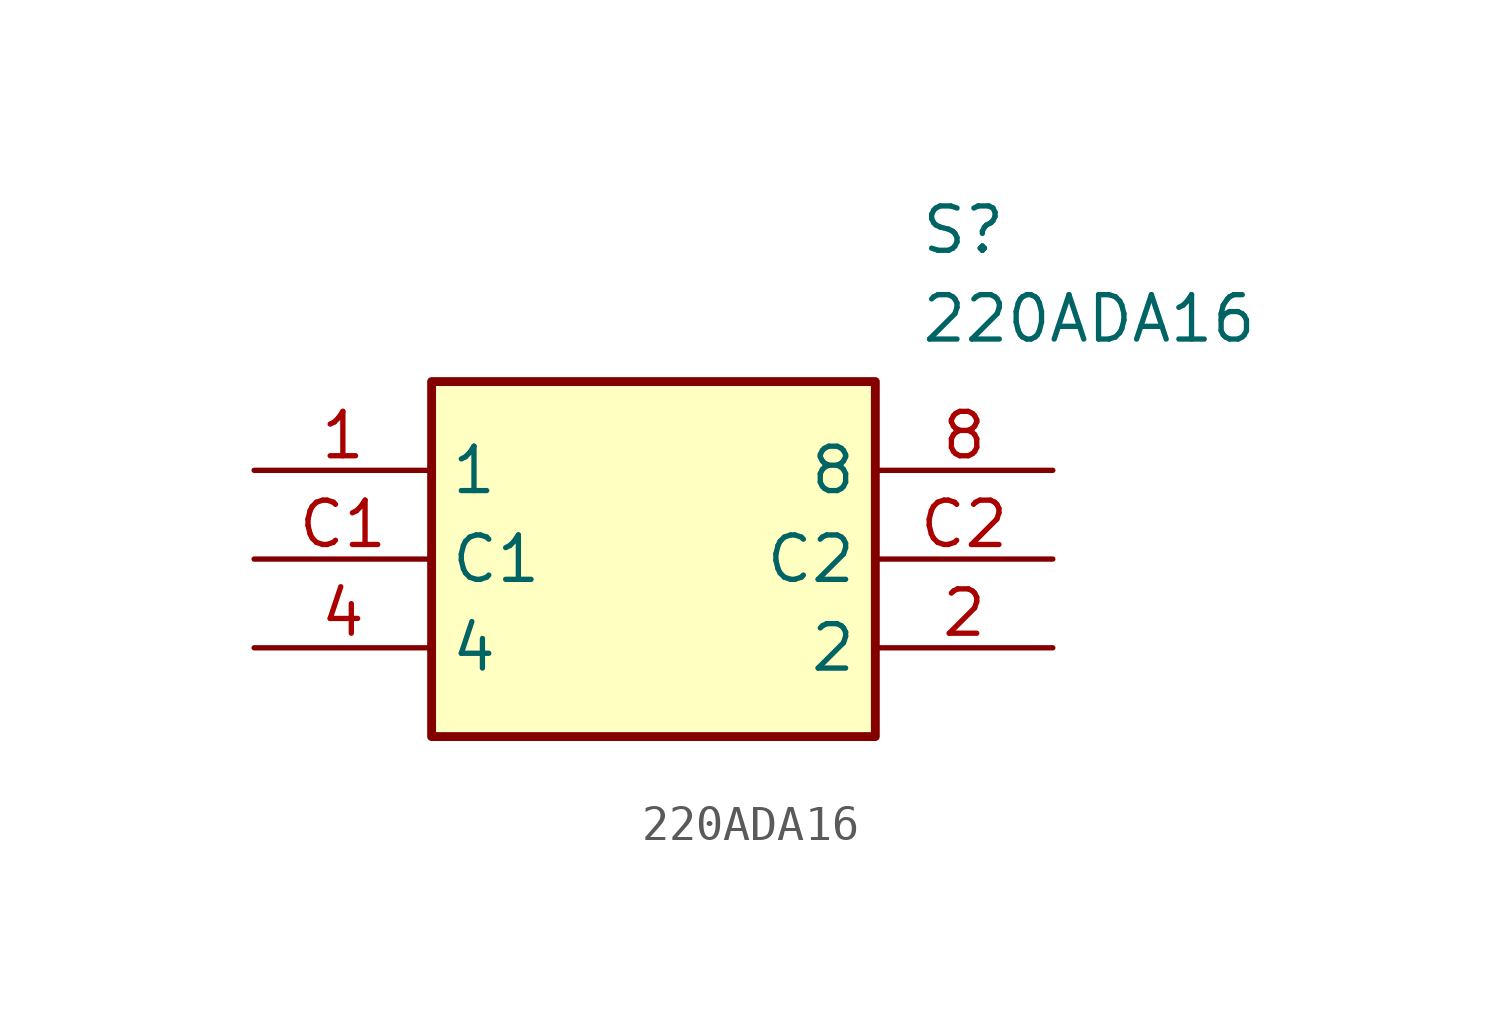
<source format=kicad_sym>
(kicad_symbol_lib
  (version 20211014)
  (generator SamacSys_ECAD_Model)
  (symbol "220ADA16"
    (property "Reference" "S"
      (at 19.05 7.62 0)
      (effects (font (size 1.27 1.27)) (justify left top)))
    (property "Value" "220ADA16"
      (at 19.05 5.08 0)
      (effects (font (size 1.27 1.27)) (justify left top)))
    (rectangle
      (start 5.08 2.54)
      (end 17.78 -7.62)
      (stroke (width 0.254) (type default))
      (fill (type background)))
    (pin passive line
      (at 0 0 0)
      (length 5.08)
      (name "1" (effects (font (size 1.27 1.27))))
      (number "1" (effects (font (size 1.27 1.27)))))
    (pin passive line
      (at 22.86 -5.08 180)
      (length 5.08)
      (name "2" (effects (font (size 1.27 1.27))))
      (number "2" (effects (font (size 1.27 1.27)))))
    (pin passive line
      (at 0 -5.08 0)
      (length 5.08)
      (name "4" (effects (font (size 1.27 1.27))))
      (number "4" (effects (font (size 1.27 1.27)))))
    (pin passive line
      (at 22.86 0 180)
      (length 5.08)
      (name "8" (effects (font (size 1.27 1.27))))
      (number "8" (effects (font (size 1.27 1.27)))))
    (pin passive line
      (at 0 -2.54 0)
      (length 5.08)
      (name "C1" (effects (font (size 1.27 1.27))))
      (number "C1" (effects (font (size 1.27 1.27)))))
    (pin passive line
      (at 22.86 -2.54 180)
      (length 5.08)
      (name "C2" (effects (font (size 1.27 1.27))))
      (number "C2" (effects (font (size 1.27 1.27)))))))
</source>
